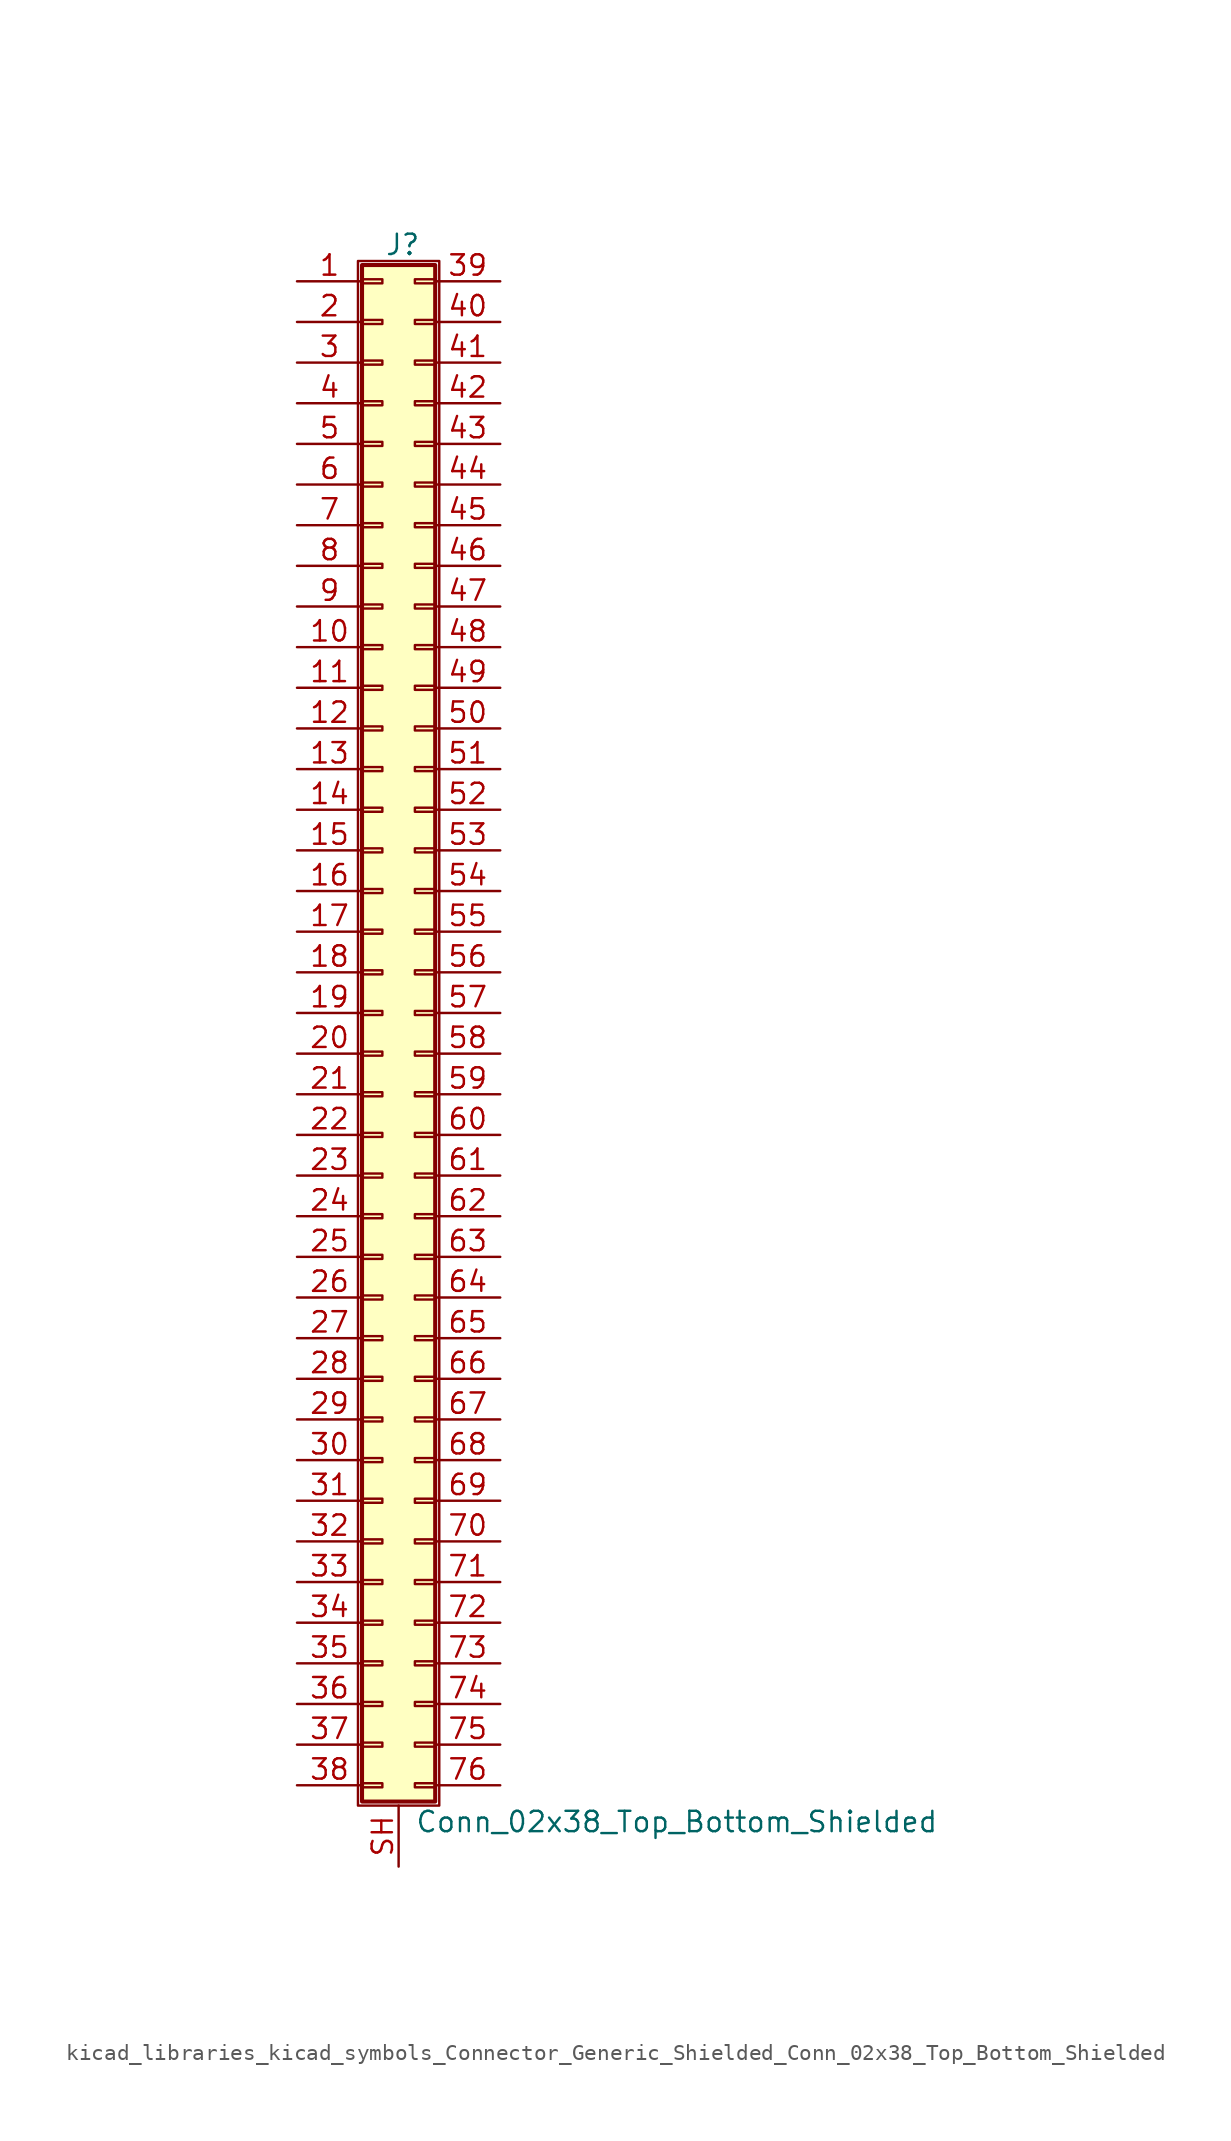
<source format=kicad_sym>
(kicad_symbol_lib
  (version 20220914)
  (generator kicad_symbol_editor)
  (symbol "kicad_libraries_kicad_symbols_Connector_Generic_Shielded_Conn_02x38_Top_Bottom_Shielded"
    (pin_names
      (offset 1.016) hide)
    (property "Reference" "J"
      (at 1.524 48.006 0)
      (effects (font (size 1.27 1.27))))
    (property "Value" "Conn_02x38_Top_Bottom_Shielded"
      (at 2.286 -50.546 0)
      (effects (font (size 1.27 1.27)) (justify left)))
    (symbol "kicad_libraries_kicad_symbols_Connector_Generic_Shielded_Conn_02x38_Top_Bottom_Shielded_1_1"
      (rectangle (start -1.27 46.99) (end 3.81 -49.53) (stroke (width 0.152) (type default)) (fill (type none)))
      (rectangle (start -1.016 -48.133) (end 0.254 -48.387) (stroke (width 0.152) (type default)) (fill (type none)))
      (rectangle (start -1.016 -45.593) (end 0.254 -45.847) (stroke (width 0.152) (type default)) (fill (type none)))
      (rectangle (start -1.016 -43.053) (end 0.254 -43.307) (stroke (width 0.152) (type default)) (fill (type none)))
      (rectangle (start -1.016 -40.513) (end 0.254 -40.767) (stroke (width 0.152) (type default)) (fill (type none)))
      (rectangle (start -1.016 -37.973) (end 0.254 -38.227) (stroke (width 0.152) (type default)) (fill (type none)))
      (rectangle (start -1.016 -35.433) (end 0.254 -35.687) (stroke (width 0.152) (type default)) (fill (type none)))
      (rectangle (start -1.016 -32.893) (end 0.254 -33.147) (stroke (width 0.152) (type default)) (fill (type none)))
      (rectangle (start -1.016 -30.353) (end 0.254 -30.607) (stroke (width 0.152) (type default)) (fill (type none)))
      (rectangle (start -1.016 -27.813) (end 0.254 -28.067) (stroke (width 0.152) (type default)) (fill (type none)))
      (rectangle (start -1.016 -25.273) (end 0.254 -25.527) (stroke (width 0.152) (type default)) (fill (type none)))
      (rectangle (start -1.016 -22.733) (end 0.254 -22.987) (stroke (width 0.152) (type default)) (fill (type none)))
      (rectangle (start -1.016 -20.193) (end 0.254 -20.447) (stroke (width 0.152) (type default)) (fill (type none)))
      (rectangle (start -1.016 -17.653) (end 0.254 -17.907) (stroke (width 0.152) (type default)) (fill (type none)))
      (rectangle (start -1.016 -15.113) (end 0.254 -15.367) (stroke (width 0.152) (type default)) (fill (type none)))
      (rectangle (start -1.016 -12.573) (end 0.254 -12.827) (stroke (width 0.152) (type default)) (fill (type none)))
      (rectangle (start -1.016 -10.033) (end 0.254 -10.287) (stroke (width 0.152) (type default)) (fill (type none)))
      (rectangle (start -1.016 -7.493) (end 0.254 -7.747) (stroke (width 0.152) (type default)) (fill (type none)))
      (rectangle (start -1.016 -4.953) (end 0.254 -5.207) (stroke (width 0.152) (type default)) (fill (type none)))
      (rectangle (start -1.016 -2.413) (end 0.254 -2.667) (stroke (width 0.152) (type default)) (fill (type none)))
      (rectangle (start -1.016 0.127) (end 0.254 -0.127) (stroke (width 0.152) (type default)) (fill (type none)))
      (rectangle (start -1.016 2.667) (end 0.254 2.413) (stroke (width 0.152) (type default)) (fill (type none)))
      (rectangle (start -1.016 5.207) (end 0.254 4.953) (stroke (width 0.152) (type default)) (fill (type none)))
      (rectangle (start -1.016 7.747) (end 0.254 7.493) (stroke (width 0.152) (type default)) (fill (type none)))
      (rectangle (start -1.016 10.287) (end 0.254 10.033) (stroke (width 0.152) (type default)) (fill (type none)))
      (rectangle (start -1.016 12.827) (end 0.254 12.573) (stroke (width 0.152) (type default)) (fill (type none)))
      (rectangle (start -1.016 15.367) (end 0.254 15.113) (stroke (width 0.152) (type default)) (fill (type none)))
      (rectangle (start -1.016 17.907) (end 0.254 17.653) (stroke (width 0.152) (type default)) (fill (type none)))
      (rectangle (start -1.016 20.447) (end 0.254 20.193) (stroke (width 0.152) (type default)) (fill (type none)))
      (rectangle (start -1.016 22.987) (end 0.254 22.733) (stroke (width 0.152) (type default)) (fill (type none)))
      (rectangle (start -1.016 25.527) (end 0.254 25.273) (stroke (width 0.152) (type default)) (fill (type none)))
      (rectangle (start -1.016 28.067) (end 0.254 27.813) (stroke (width 0.152) (type default)) (fill (type none)))
      (rectangle (start -1.016 30.607) (end 0.254 30.353) (stroke (width 0.152) (type default)) (fill (type none)))
      (rectangle (start -1.016 33.147) (end 0.254 32.893) (stroke (width 0.152) (type default)) (fill (type none)))
      (rectangle (start -1.016 35.687) (end 0.254 35.433) (stroke (width 0.152) (type default)) (fill (type none)))
      (rectangle (start -1.016 38.227) (end 0.254 37.973) (stroke (width 0.152) (type default)) (fill (type none)))
      (rectangle (start -1.016 40.767) (end 0.254 40.513) (stroke (width 0.152) (type default)) (fill (type none)))
      (rectangle (start -1.016 43.307) (end 0.254 43.053) (stroke (width 0.152) (type default)) (fill (type none)))
      (rectangle (start -1.016 45.847) (end 0.254 45.593) (stroke (width 0.152) (type default)) (fill (type none)))
      (rectangle (start -1.016 46.736) (end 3.556 -49.276) (stroke (width 0.254) (type default)) (fill (type background)))
      (rectangle (start 3.556 -48.133) (end 2.286 -48.387) (stroke (width 0.152) (type default)) (fill (type none)))
      (rectangle (start 3.556 -45.593) (end 2.286 -45.847) (stroke (width 0.152) (type default)) (fill (type none)))
      (rectangle (start 3.556 -43.053) (end 2.286 -43.307) (stroke (width 0.152) (type default)) (fill (type none)))
      (rectangle (start 3.556 -40.513) (end 2.286 -40.767) (stroke (width 0.152) (type default)) (fill (type none)))
      (rectangle (start 3.556 -37.973) (end 2.286 -38.227) (stroke (width 0.152) (type default)) (fill (type none)))
      (rectangle (start 3.556 -35.433) (end 2.286 -35.687) (stroke (width 0.152) (type default)) (fill (type none)))
      (rectangle (start 3.556 -32.893) (end 2.286 -33.147) (stroke (width 0.152) (type default)) (fill (type none)))
      (rectangle (start 3.556 -30.353) (end 2.286 -30.607) (stroke (width 0.152) (type default)) (fill (type none)))
      (rectangle (start 3.556 -27.813) (end 2.286 -28.067) (stroke (width 0.152) (type default)) (fill (type none)))
      (rectangle (start 3.556 -25.273) (end 2.286 -25.527) (stroke (width 0.152) (type default)) (fill (type none)))
      (rectangle (start 3.556 -22.733) (end 2.286 -22.987) (stroke (width 0.152) (type default)) (fill (type none)))
      (rectangle (start 3.556 -20.193) (end 2.286 -20.447) (stroke (width 0.152) (type default)) (fill (type none)))
      (rectangle (start 3.556 -17.653) (end 2.286 -17.907) (stroke (width 0.152) (type default)) (fill (type none)))
      (rectangle (start 3.556 -15.113) (end 2.286 -15.367) (stroke (width 0.152) (type default)) (fill (type none)))
      (rectangle (start 3.556 -12.573) (end 2.286 -12.827) (stroke (width 0.152) (type default)) (fill (type none)))
      (rectangle (start 3.556 -10.033) (end 2.286 -10.287) (stroke (width 0.152) (type default)) (fill (type none)))
      (rectangle (start 3.556 -7.493) (end 2.286 -7.747) (stroke (width 0.152) (type default)) (fill (type none)))
      (rectangle (start 3.556 -4.953) (end 2.286 -5.207) (stroke (width 0.152) (type default)) (fill (type none)))
      (rectangle (start 3.556 -2.413) (end 2.286 -2.667) (stroke (width 0.152) (type default)) (fill (type none)))
      (rectangle (start 3.556 0.127) (end 2.286 -0.127) (stroke (width 0.152) (type default)) (fill (type none)))
      (rectangle (start 3.556 2.667) (end 2.286 2.413) (stroke (width 0.152) (type default)) (fill (type none)))
      (rectangle (start 3.556 5.207) (end 2.286 4.953) (stroke (width 0.152) (type default)) (fill (type none)))
      (rectangle (start 3.556 7.747) (end 2.286 7.493) (stroke (width 0.152) (type default)) (fill (type none)))
      (rectangle (start 3.556 10.287) (end 2.286 10.033) (stroke (width 0.152) (type default)) (fill (type none)))
      (rectangle (start 3.556 12.827) (end 2.286 12.573) (stroke (width 0.152) (type default)) (fill (type none)))
      (rectangle (start 3.556 15.367) (end 2.286 15.113) (stroke (width 0.152) (type default)) (fill (type none)))
      (rectangle (start 3.556 17.907) (end 2.286 17.653) (stroke (width 0.152) (type default)) (fill (type none)))
      (rectangle (start 3.556 20.447) (end 2.286 20.193) (stroke (width 0.152) (type default)) (fill (type none)))
      (rectangle (start 3.556 22.987) (end 2.286 22.733) (stroke (width 0.152) (type default)) (fill (type none)))
      (rectangle (start 3.556 25.527) (end 2.286 25.273) (stroke (width 0.152) (type default)) (fill (type none)))
      (rectangle (start 3.556 28.067) (end 2.286 27.813) (stroke (width 0.152) (type default)) (fill (type none)))
      (rectangle (start 3.556 30.607) (end 2.286 30.353) (stroke (width 0.152) (type default)) (fill (type none)))
      (rectangle (start 3.556 33.147) (end 2.286 32.893) (stroke (width 0.152) (type default)) (fill (type none)))
      (rectangle (start 3.556 35.687) (end 2.286 35.433) (stroke (width 0.152) (type default)) (fill (type none)))
      (rectangle (start 3.556 38.227) (end 2.286 37.973) (stroke (width 0.152) (type default)) (fill (type none)))
      (rectangle (start 3.556 40.767) (end 2.286 40.513) (stroke (width 0.152) (type default)) (fill (type none)))
      (rectangle (start 3.556 43.307) (end 2.286 43.053) (stroke (width 0.152) (type default)) (fill (type none)))
      (rectangle (start 3.556 45.847) (end 2.286 45.593) (stroke (width 0.152) (type default)) (fill (type none)))
      (pin passive line (at -5.08 45.72 0) (length 4.064) (name "Pin_1" (effects (font (size 1.27 1.27)))) (number "1" (effects (font (size 1.27 1.27)))))
      (pin passive line (at -5.08 22.86 0) (length 4.064) (name "Pin_10" (effects (font (size 1.27 1.27)))) (number "10" (effects (font (size 1.27 1.27)))))
      (pin passive line (at -5.08 20.32 0) (length 4.064) (name "Pin_11" (effects (font (size 1.27 1.27)))) (number "11" (effects (font (size 1.27 1.27)))))
      (pin passive line (at -5.08 17.78 0) (length 4.064) (name "Pin_12" (effects (font (size 1.27 1.27)))) (number "12" (effects (font (size 1.27 1.27)))))
      (pin passive line (at -5.08 15.24 0) (length 4.064) (name "Pin_13" (effects (font (size 1.27 1.27)))) (number "13" (effects (font (size 1.27 1.27)))))
      (pin passive line (at -5.08 12.7 0) (length 4.064) (name "Pin_14" (effects (font (size 1.27 1.27)))) (number "14" (effects (font (size 1.27 1.27)))))
      (pin passive line (at -5.08 10.16 0) (length 4.064) (name "Pin_15" (effects (font (size 1.27 1.27)))) (number "15" (effects (font (size 1.27 1.27)))))
      (pin passive line (at -5.08 7.62 0) (length 4.064) (name "Pin_16" (effects (font (size 1.27 1.27)))) (number "16" (effects (font (size 1.27 1.27)))))
      (pin passive line (at -5.08 5.08 0) (length 4.064) (name "Pin_17" (effects (font (size 1.27 1.27)))) (number "17" (effects (font (size 1.27 1.27)))))
      (pin passive line (at -5.08 2.54 0) (length 4.064) (name "Pin_18" (effects (font (size 1.27 1.27)))) (number "18" (effects (font (size 1.27 1.27)))))
      (pin passive line (at -5.08 0 0) (length 4.064) (name "Pin_19" (effects (font (size 1.27 1.27)))) (number "19" (effects (font (size 1.27 1.27)))))
      (pin passive line (at -5.08 43.18 0) (length 4.064) (name "Pin_2" (effects (font (size 1.27 1.27)))) (number "2" (effects (font (size 1.27 1.27)))))
      (pin passive line (at -5.08 -2.54 0) (length 4.064) (name "Pin_20" (effects (font (size 1.27 1.27)))) (number "20" (effects (font (size 1.27 1.27)))))
      (pin passive line (at -5.08 -5.08 0) (length 4.064) (name "Pin_21" (effects (font (size 1.27 1.27)))) (number "21" (effects (font (size 1.27 1.27)))))
      (pin passive line (at -5.08 -7.62 0) (length 4.064) (name "Pin_22" (effects (font (size 1.27 1.27)))) (number "22" (effects (font (size 1.27 1.27)))))
      (pin passive line (at -5.08 -10.16 0) (length 4.064) (name "Pin_23" (effects (font (size 1.27 1.27)))) (number "23" (effects (font (size 1.27 1.27)))))
      (pin passive line (at -5.08 -12.7 0) (length 4.064) (name "Pin_24" (effects (font (size 1.27 1.27)))) (number "24" (effects (font (size 1.27 1.27)))))
      (pin passive line (at -5.08 -15.24 0) (length 4.064) (name "Pin_25" (effects (font (size 1.27 1.27)))) (number "25" (effects (font (size 1.27 1.27)))))
      (pin passive line (at -5.08 -17.78 0) (length 4.064) (name "Pin_26" (effects (font (size 1.27 1.27)))) (number "26" (effects (font (size 1.27 1.27)))))
      (pin passive line (at -5.08 -20.32 0) (length 4.064) (name "Pin_27" (effects (font (size 1.27 1.27)))) (number "27" (effects (font (size 1.27 1.27)))))
      (pin passive line (at -5.08 -22.86 0) (length 4.064) (name "Pin_28" (effects (font (size 1.27 1.27)))) (number "28" (effects (font (size 1.27 1.27)))))
      (pin passive line (at -5.08 -25.4 0) (length 4.064) (name "Pin_29" (effects (font (size 1.27 1.27)))) (number "29" (effects (font (size 1.27 1.27)))))
      (pin passive line (at -5.08 40.64 0) (length 4.064) (name "Pin_3" (effects (font (size 1.27 1.27)))) (number "3" (effects (font (size 1.27 1.27)))))
      (pin passive line (at -5.08 -27.94 0) (length 4.064) (name "Pin_30" (effects (font (size 1.27 1.27)))) (number "30" (effects (font (size 1.27 1.27)))))
      (pin passive line (at -5.08 -30.48 0) (length 4.064) (name "Pin_31" (effects (font (size 1.27 1.27)))) (number "31" (effects (font (size 1.27 1.27)))))
      (pin passive line (at -5.08 -33.02 0) (length 4.064) (name "Pin_32" (effects (font (size 1.27 1.27)))) (number "32" (effects (font (size 1.27 1.27)))))
      (pin passive line (at -5.08 -35.56 0) (length 4.064) (name "Pin_33" (effects (font (size 1.27 1.27)))) (number "33" (effects (font (size 1.27 1.27)))))
      (pin passive line (at -5.08 -38.1 0) (length 4.064) (name "Pin_34" (effects (font (size 1.27 1.27)))) (number "34" (effects (font (size 1.27 1.27)))))
      (pin passive line (at -5.08 -40.64 0) (length 4.064) (name "Pin_35" (effects (font (size 1.27 1.27)))) (number "35" (effects (font (size 1.27 1.27)))))
      (pin passive line (at -5.08 -43.18 0) (length 4.064) (name "Pin_36" (effects (font (size 1.27 1.27)))) (number "36" (effects (font (size 1.27 1.27)))))
      (pin passive line (at -5.08 -45.72 0) (length 4.064) (name "Pin_37" (effects (font (size 1.27 1.27)))) (number "37" (effects (font (size 1.27 1.27)))))
      (pin passive line (at -5.08 -48.26 0) (length 4.064) (name "Pin_38" (effects (font (size 1.27 1.27)))) (number "38" (effects (font (size 1.27 1.27)))))
      (pin passive line (at 7.62 45.72 180) (length 4.064) (name "Pin_39" (effects (font (size 1.27 1.27)))) (number "39" (effects (font (size 1.27 1.27)))))
      (pin passive line (at -5.08 38.1 0) (length 4.064) (name "Pin_4" (effects (font (size 1.27 1.27)))) (number "4" (effects (font (size 1.27 1.27)))))
      (pin passive line (at 7.62 43.18 180) (length 4.064) (name "Pin_40" (effects (font (size 1.27 1.27)))) (number "40" (effects (font (size 1.27 1.27)))))
      (pin passive line (at 7.62 40.64 180) (length 4.064) (name "Pin_41" (effects (font (size 1.27 1.27)))) (number "41" (effects (font (size 1.27 1.27)))))
      (pin passive line (at 7.62 38.1 180) (length 4.064) (name "Pin_42" (effects (font (size 1.27 1.27)))) (number "42" (effects (font (size 1.27 1.27)))))
      (pin passive line (at 7.62 35.56 180) (length 4.064) (name "Pin_43" (effects (font (size 1.27 1.27)))) (number "43" (effects (font (size 1.27 1.27)))))
      (pin passive line (at 7.62 33.02 180) (length 4.064) (name "Pin_44" (effects (font (size 1.27 1.27)))) (number "44" (effects (font (size 1.27 1.27)))))
      (pin passive line (at 7.62 30.48 180) (length 4.064) (name "Pin_45" (effects (font (size 1.27 1.27)))) (number "45" (effects (font (size 1.27 1.27)))))
      (pin passive line (at 7.62 27.94 180) (length 4.064) (name "Pin_46" (effects (font (size 1.27 1.27)))) (number "46" (effects (font (size 1.27 1.27)))))
      (pin passive line (at 7.62 25.4 180) (length 4.064) (name "Pin_47" (effects (font (size 1.27 1.27)))) (number "47" (effects (font (size 1.27 1.27)))))
      (pin passive line (at 7.62 22.86 180) (length 4.064) (name "Pin_48" (effects (font (size 1.27 1.27)))) (number "48" (effects (font (size 1.27 1.27)))))
      (pin passive line (at 7.62 20.32 180) (length 4.064) (name "Pin_49" (effects (font (size 1.27 1.27)))) (number "49" (effects (font (size 1.27 1.27)))))
      (pin passive line (at -5.08 35.56 0) (length 4.064) (name "Pin_5" (effects (font (size 1.27 1.27)))) (number "5" (effects (font (size 1.27 1.27)))))
      (pin passive line (at 7.62 17.78 180) (length 4.064) (name "Pin_50" (effects (font (size 1.27 1.27)))) (number "50" (effects (font (size 1.27 1.27)))))
      (pin passive line (at 7.62 15.24 180) (length 4.064) (name "Pin_51" (effects (font (size 1.27 1.27)))) (number "51" (effects (font (size 1.27 1.27)))))
      (pin passive line (at 7.62 12.7 180) (length 4.064) (name "Pin_52" (effects (font (size 1.27 1.27)))) (number "52" (effects (font (size 1.27 1.27)))))
      (pin passive line (at 7.62 10.16 180) (length 4.064) (name "Pin_53" (effects (font (size 1.27 1.27)))) (number "53" (effects (font (size 1.27 1.27)))))
      (pin passive line (at 7.62 7.62 180) (length 4.064) (name "Pin_54" (effects (font (size 1.27 1.27)))) (number "54" (effects (font (size 1.27 1.27)))))
      (pin passive line (at 7.62 5.08 180) (length 4.064) (name "Pin_55" (effects (font (size 1.27 1.27)))) (number "55" (effects (font (size 1.27 1.27)))))
      (pin passive line (at 7.62 2.54 180) (length 4.064) (name "Pin_56" (effects (font (size 1.27 1.27)))) (number "56" (effects (font (size 1.27 1.27)))))
      (pin passive line (at 7.62 0 180) (length 4.064) (name "Pin_57" (effects (font (size 1.27 1.27)))) (number "57" (effects (font (size 1.27 1.27)))))
      (pin passive line (at 7.62 -2.54 180) (length 4.064) (name "Pin_58" (effects (font (size 1.27 1.27)))) (number "58" (effects (font (size 1.27 1.27)))))
      (pin passive line (at 7.62 -5.08 180) (length 4.064) (name "Pin_59" (effects (font (size 1.27 1.27)))) (number "59" (effects (font (size 1.27 1.27)))))
      (pin passive line (at -5.08 33.02 0) (length 4.064) (name "Pin_6" (effects (font (size 1.27 1.27)))) (number "6" (effects (font (size 1.27 1.27)))))
      (pin passive line (at 7.62 -7.62 180) (length 4.064) (name "Pin_60" (effects (font (size 1.27 1.27)))) (number "60" (effects (font (size 1.27 1.27)))))
      (pin passive line (at 7.62 -10.16 180) (length 4.064) (name "Pin_61" (effects (font (size 1.27 1.27)))) (number "61" (effects (font (size 1.27 1.27)))))
      (pin passive line (at 7.62 -12.7 180) (length 4.064) (name "Pin_62" (effects (font (size 1.27 1.27)))) (number "62" (effects (font (size 1.27 1.27)))))
      (pin passive line (at 7.62 -15.24 180) (length 4.064) (name "Pin_63" (effects (font (size 1.27 1.27)))) (number "63" (effects (font (size 1.27 1.27)))))
      (pin passive line (at 7.62 -17.78 180) (length 4.064) (name "Pin_64" (effects (font (size 1.27 1.27)))) (number "64" (effects (font (size 1.27 1.27)))))
      (pin passive line (at 7.62 -20.32 180) (length 4.064) (name "Pin_65" (effects (font (size 1.27 1.27)))) (number "65" (effects (font (size 1.27 1.27)))))
      (pin passive line (at 7.62 -22.86 180) (length 4.064) (name "Pin_66" (effects (font (size 1.27 1.27)))) (number "66" (effects (font (size 1.27 1.27)))))
      (pin passive line (at 7.62 -25.4 180) (length 4.064) (name "Pin_67" (effects (font (size 1.27 1.27)))) (number "67" (effects (font (size 1.27 1.27)))))
      (pin passive line (at 7.62 -27.94 180) (length 4.064) (name "Pin_68" (effects (font (size 1.27 1.27)))) (number "68" (effects (font (size 1.27 1.27)))))
      (pin passive line (at 7.62 -30.48 180) (length 4.064) (name "Pin_69" (effects (font (size 1.27 1.27)))) (number "69" (effects (font (size 1.27 1.27)))))
      (pin passive line (at -5.08 30.48 0) (length 4.064) (name "Pin_7" (effects (font (size 1.27 1.27)))) (number "7" (effects (font (size 1.27 1.27)))))
      (pin passive line (at 7.62 -33.02 180) (length 4.064) (name "Pin_70" (effects (font (size 1.27 1.27)))) (number "70" (effects (font (size 1.27 1.27)))))
      (pin passive line (at 7.62 -35.56 180) (length 4.064) (name "Pin_71" (effects (font (size 1.27 1.27)))) (number "71" (effects (font (size 1.27 1.27)))))
      (pin passive line (at 7.62 -38.1 180) (length 4.064) (name "Pin_72" (effects (font (size 1.27 1.27)))) (number "72" (effects (font (size 1.27 1.27)))))
      (pin passive line (at 7.62 -40.64 180) (length 4.064) (name "Pin_73" (effects (font (size 1.27 1.27)))) (number "73" (effects (font (size 1.27 1.27)))))
      (pin passive line (at 7.62 -43.18 180) (length 4.064) (name "Pin_74" (effects (font (size 1.27 1.27)))) (number "74" (effects (font (size 1.27 1.27)))))
      (pin passive line (at 7.62 -45.72 180) (length 4.064) (name "Pin_75" (effects (font (size 1.27 1.27)))) (number "75" (effects (font (size 1.27 1.27)))))
      (pin passive line (at 7.62 -48.26 180) (length 4.064) (name "Pin_76" (effects (font (size 1.27 1.27)))) (number "76" (effects (font (size 1.27 1.27)))))
      (pin passive line (at -5.08 27.94 0) (length 4.064) (name "Pin_8" (effects (font (size 1.27 1.27)))) (number "8" (effects (font (size 1.27 1.27)))))
      (pin passive line (at -5.08 25.4 0) (length 4.064) (name "Pin_9" (effects (font (size 1.27 1.27)))) (number "9" (effects (font (size 1.27 1.27)))))
      (pin passive line (at 1.27 -53.34 90) (length 3.81) (name "Shield" (effects (font (size 1.27 1.27)))) (number "SH" (effects (font (size 1.27 1.27))))))))
</source>
